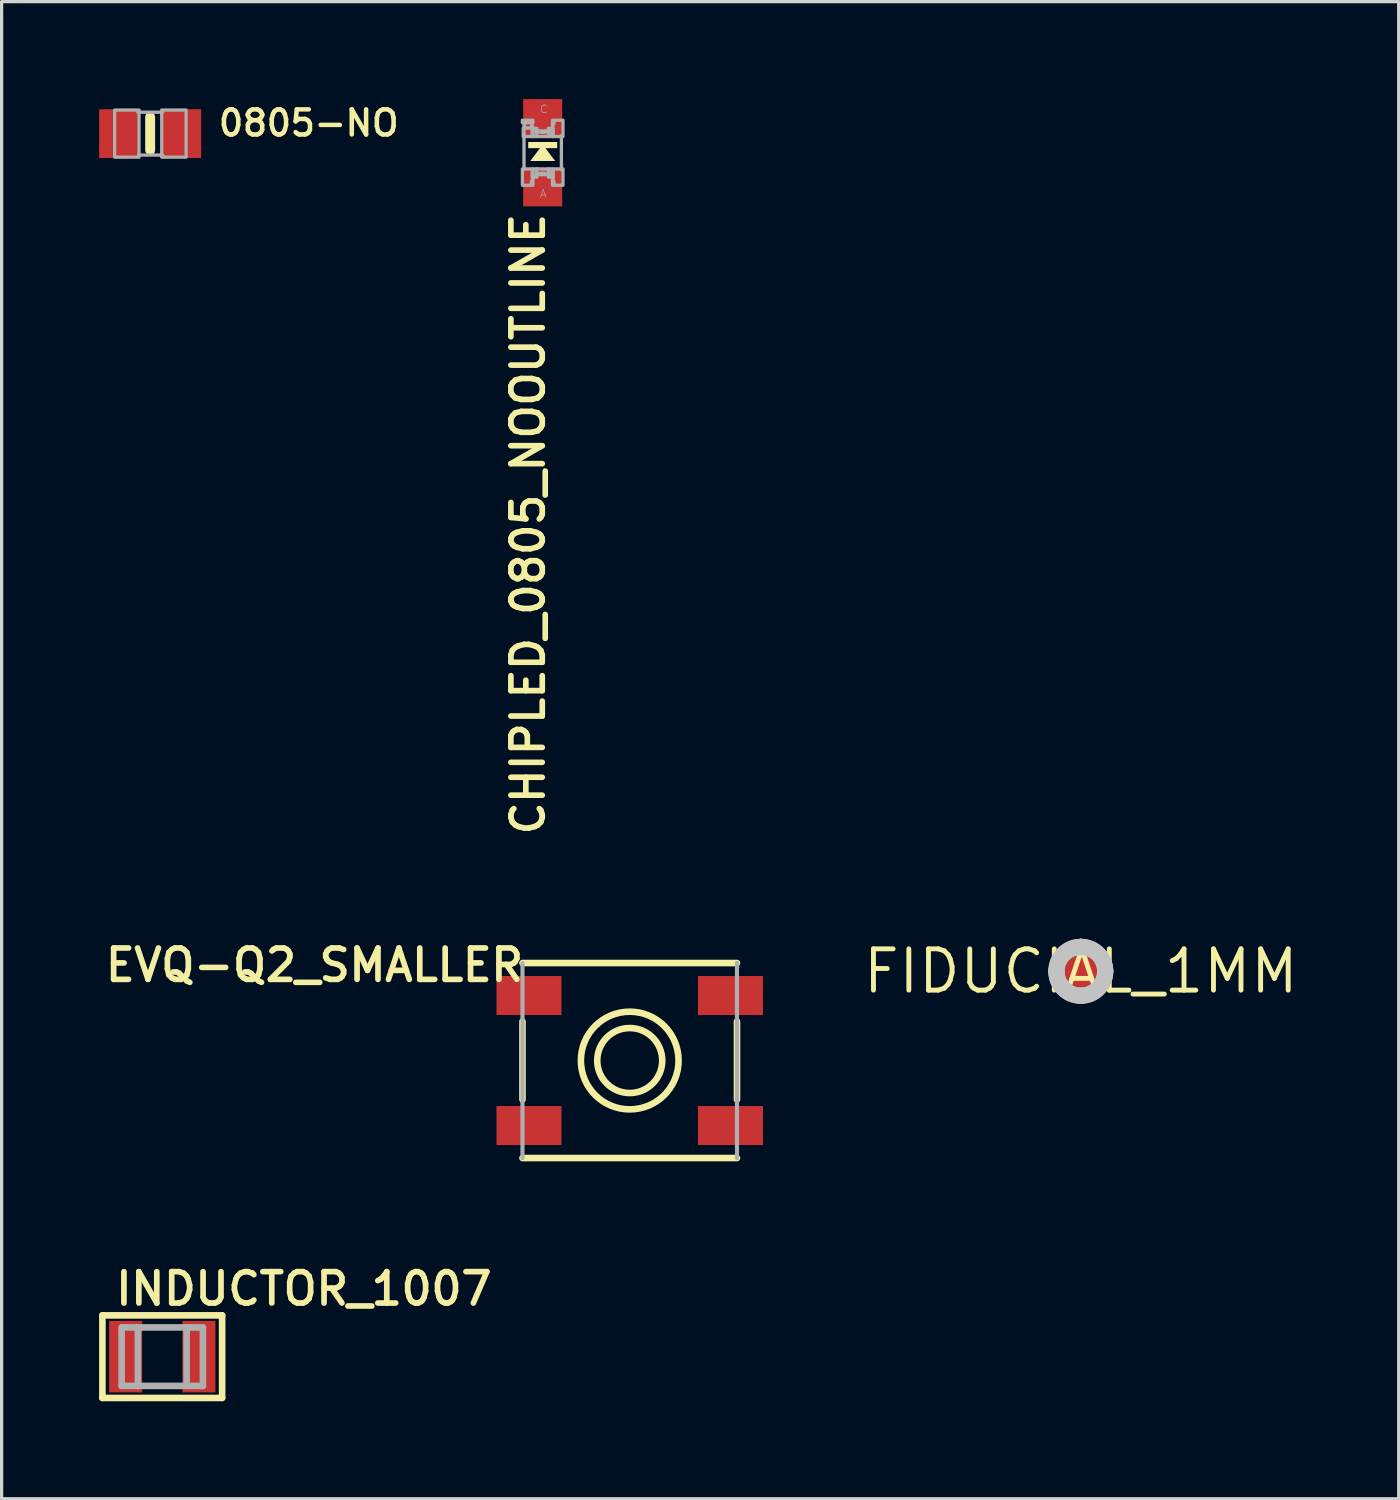
<source format=kicad_pcb>
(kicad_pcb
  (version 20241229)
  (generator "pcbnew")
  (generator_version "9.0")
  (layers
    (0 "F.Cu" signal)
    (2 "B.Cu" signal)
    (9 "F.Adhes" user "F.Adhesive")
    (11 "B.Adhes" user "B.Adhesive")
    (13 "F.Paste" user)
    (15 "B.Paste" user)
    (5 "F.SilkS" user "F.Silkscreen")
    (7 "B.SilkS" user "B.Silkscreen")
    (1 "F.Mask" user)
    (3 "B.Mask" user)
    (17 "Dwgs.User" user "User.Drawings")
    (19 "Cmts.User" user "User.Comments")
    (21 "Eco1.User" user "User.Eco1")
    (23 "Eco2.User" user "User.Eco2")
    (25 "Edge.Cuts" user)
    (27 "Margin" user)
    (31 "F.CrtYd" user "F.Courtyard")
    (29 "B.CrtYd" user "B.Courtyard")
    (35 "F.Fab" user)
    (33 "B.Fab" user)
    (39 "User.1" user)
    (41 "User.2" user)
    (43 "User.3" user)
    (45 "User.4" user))
  (footprint "FIDUCIAL_1MM"
    (layer "F.Cu")
    (at 30.207 26.837)
    (property "Reference" "FIDUCIAL_1MM" (at 0 0 0) (layer "F.SilkS") (effects (font (size 1.27 1.27) (thickness 0.15))))
    (attr through_hole)
    (fp_arc (start -0.75 0) (mid -0.53033 -0.53033) (end 0 -0.75) (stroke (width 0.5) (type solid)) (layer "F.Mask"))
    (fp_arc (start 0 -0.75) (mid 0.53033 -0.53033) (end 0.75 0) (stroke (width 0.5) (type solid)) (layer "F.Mask"))
    (fp_arc (start 0 0.75) (mid -0.53033 0.53033) (end -0.75 0) (stroke (width 0.5) (type solid)) (layer "F.Mask"))
    (fp_arc (start 0.75 0) (mid 0.53033 0.53033) (end 0 0.75) (stroke (width 0.5) (type solid)) (layer "F.Mask"))
    (fp_arc (start -0.75 0) (mid -0.53033 -0.53033) (end 0 -0.75) (stroke (width 0.5) (type solid)) (layer "Dwgs.User"))
    (fp_arc (start -0.75 0) (mid -0.53033 -0.53033) (end 0 -0.75) (stroke (width 0.5) (type solid)) (layer "Dwgs.User"))
    (fp_arc (start 0 -0.75) (mid 0.53033 -0.53033) (end 0.75 0) (stroke (width 0.5) (type solid)) (layer "Dwgs.User"))
    (fp_arc (start 0 -0.75) (mid 0.53033 -0.53033) (end 0.75 0) (stroke (width 0.5) (type solid)) (layer "Dwgs.User"))
    (fp_arc (start 0 0.75) (mid -0.53033 0.53033) (end -0.75 0) (stroke (width 0.5) (type solid)) (layer "Dwgs.User"))
    (fp_arc (start 0 0.75) (mid -0.53033 0.53033) (end -0.75 0) (stroke (width 0.5) (type solid)) (layer "Dwgs.User"))
    (fp_arc (start 0.75 0) (mid 0.53033 0.53033) (end 0 0.75) (stroke (width 0.5) (type solid)) (layer "Dwgs.User"))
    (fp_arc (start 0.75 0) (mid 0.53033 0.53033) (end 0 0.75) (stroke (width 0.5) (type solid)) (layer "Dwgs.User"))
    (pad "1" smd roundrect (at 0 0) (size 1 1) (layers "F.Cu" "F.Mask") (roundrect_rratio 0.5)))
  (footprint "CHIPLED_0805_NOOUTLINE"
    (layer "F.Cu")
    (at 13.649 1.65)
    (property "Reference" "CHIPLED_0805_NOOUTLINE" (at -1.016 1.778 270) (layer "F.SilkS") (effects (font (size 0.965 0.965) (thickness 0.174)) (justify right top)))
    (attr through_hole)
    (fp_poly (pts (xy 0 -0.254) (xy -0.381 0.254) (xy 0.381 0.254)) (stroke (width 0) (type solid)) (fill yes) (layer "F.SilkS"))
    (fp_poly (pts (xy -0.445 -0.141) (xy 0.445 -0.141) (xy 0.445 -0.331) (xy -0.445 -0.331)) (stroke (width 0) (type solid)) (fill yes) (layer "F.SilkS"))
    (fp_line (start -0.575 0.5) (end -0.575 -0.925) (stroke (width 0.102) (type solid)) (layer "F.Fab"))
    (fp_line (start 0.575 -0.525) (end 0.575 0.525) (stroke (width 0.102) (type solid)) (layer "F.Fab"))
    (fp_arc (start -0.35 0.925) (mid -0.000001 0.625027) (end 0.35 0.924998) (stroke (width 0.1016) (type solid)) (layer "F.Fab"))
    (fp_arc (start 0.35 -0.924998) (mid -0.000001 -0.625027) (end -0.35 -0.925) (stroke (width 0.1016) (type solid)) (layer "F.Fab"))
    (fp_circle (center -0.45 -0.85) (end -0.347 -0.85) (stroke (width 0.076) (type solid)) (fill no) (layer "F.Fab"))
    (fp_poly (pts (xy -0.625 -0.925) (xy -0.3 -0.925) (xy -0.3 -1) (xy -0.625 -1)) (stroke (width 0.1) (type solid)) (fill no) (layer "F.Fab"))
    (fp_poly (pts (xy -0.625 1) (xy -0.3 1) (xy -0.3 0.5) (xy -0.625 0.5)) (stroke (width 0.1) (type solid)) (fill no) (layer "F.Fab"))
    (fp_poly (pts (xy -0.6 -0.5) (xy -0.3 -0.5) (xy -0.3 -0.762) (xy -0.6 -0.762)) (stroke (width 0.1) (type solid)) (fill no) (layer "F.Fab"))
    (fp_poly (pts (xy -0.325 -0.5) (xy -0.175 -0.5) (xy -0.175 -0.75) (xy -0.325 -0.75)) (stroke (width 0.1) (type solid)) (fill no) (layer "F.Fab"))
    (fp_poly (pts (xy -0.325 0.75) (xy -0.175 0.75) (xy -0.175 0.5) (xy -0.325 0.5)) (stroke (width 0.1) (type solid)) (fill no) (layer "F.Fab"))
    (fp_poly (pts (xy -0.2 -0.5) (xy 0.2 -0.5) (xy 0.2 -0.675) (xy -0.2 -0.675)) (stroke (width 0.1) (type solid)) (fill no) (layer "F.Fab"))
    (fp_poly (pts (xy -0.2 0.675) (xy 0.2 0.675) (xy 0.2 0.5) (xy -0.2 0.5)) (stroke (width 0.1) (type solid)) (fill no) (layer "F.Fab"))
    (fp_poly (pts (xy 0.175 -0.5) (xy 0.325 -0.5) (xy 0.325 -0.75) (xy 0.175 -0.75)) (stroke (width 0.1) (type solid)) (fill no) (layer "F.Fab"))
    (fp_poly (pts (xy 0.175 0.75) (xy 0.325 0.75) (xy 0.325 0.5) (xy 0.175 0.5)) (stroke (width 0.1) (type solid)) (fill no) (layer "F.Fab"))
    (fp_poly (pts (xy 0.3 -0.5) (xy 0.625 -0.5) (xy 0.625 -1) (xy 0.3 -1)) (stroke (width 0.1) (type solid)) (fill no) (layer "F.Fab"))
    (fp_poly (pts (xy 0.3 1) (xy 0.625 1) (xy 0.625 0.5) (xy 0.3 0.5)) (stroke (width 0.1) (type solid)) (fill no) (layer "F.Fab"))
    (fp_text user "A" (at -0.1 1.4 0) (layer "F.Fab") (effects (font (size 0.241 0.241) (thickness 0.02)) (justify left bottom)))
    (fp_text user "C" (at -0.1 -1.2 0) (layer "F.Fab") (effects (font (size 0.241 0.241) (thickness 0.02)) (justify left bottom)))
    (pad "A" smd rect (at 0 1.05) (size 1.2 1.2) (layers "F.Cu" "F.Mask" "F.Paste"))
    (pad "C" smd rect (at 0 -1.05) (size 1.2 1.2) (layers "F.Cu" "F.Mask" "F.Paste")))
  (footprint "EVQ-Q2_SMALLER"
    (layer "F.Cu")
    (at 16.327 29.583)
    (property "Reference" "EVQ-Q2_SMALLER" (at -3.175 -3.5 180) (layer "F.SilkS") (effects (font (size 0.965 0.965) (thickness 0.174)) (justify right top)))
    (attr through_hole)
    (fp_line (start -3.3 -3) (end 3.3 -3) (stroke (width 0.203) (type solid)) (layer "F.SilkS"))
    (fp_line (start -3.3 1.2) (end -3.3 -1.2) (stroke (width 0.203) (type solid)) (layer "F.SilkS"))
    (fp_line (start 3.3 -1.2) (end 3.3 1.2) (stroke (width 0.203) (type solid)) (layer "F.SilkS"))
    (fp_line (start 3.3 3) (end -3.3 3) (stroke (width 0.203) (type solid)) (layer "F.SilkS"))
    (fp_circle (center 0 0) (end 1 0) (stroke (width 0.203) (type solid)) (fill no) (layer "F.SilkS"))
    (fp_circle (center 0 0) (end 1.503 0) (stroke (width 0.203) (type solid)) (fill no) (layer "F.SilkS"))
    (fp_line (start -3.3 3) (end -3.3 -3) (stroke (width 0.127) (type solid)) (layer "F.Fab"))
    (fp_line (start 3.3 -3) (end 3.3 3) (stroke (width 0.127) (type solid)) (layer "F.Fab"))
    (pad "A" smd rect (at -3.1 2) (size 2 1.2) (layers "F.Cu" "F.Mask" "F.Paste"))
    (pad "A'" smd rect (at 3.1 2) (size 2 1.2) (layers "F.Cu" "F.Mask" "F.Paste"))
    (pad "B" smd rect (at -3.1 -2) (size 2 1.2) (layers "F.Cu" "F.Mask" "F.Paste"))
    (pad "B'" smd rect (at 3.1 -2) (size 2 1.2) (layers "F.Cu" "F.Mask" "F.Paste")))
  (footprint "0805-NO"
    (layer "F.Cu")
    (at 1.57 1.062)
    (property "Reference" "0805-NO" (at 2.032 0.127 0) (layer "F.SilkS") (effects (font (size 0.772 0.772) (thickness 0.139)) (justify left bottom)))
    (attr through_hole)
    (fp_line (start 0 -0.508) (end 0 0.508) (stroke (width 0.305) (type solid)) (layer "F.SilkS"))
    (fp_line (start -0.381 -0.66) (end 0.381 -0.66) (stroke (width 0.102) (type solid)) (layer "F.Fab"))
    (fp_line (start -0.356 0.66) (end 0.381 0.66) (stroke (width 0.102) (type solid)) (layer "F.Fab"))
    (fp_poly (pts (xy -1.092 0.724) (xy -0.342 0.724) (xy -0.342 -0.726) (xy -1.092 -0.726)) (stroke (width 0.1) (type solid)) (fill no) (layer "F.Fab"))
    (fp_poly (pts (xy 0.356 0.724) (xy 1.106 0.724) (xy 1.106 -0.726) (xy 0.356 -0.726)) (stroke (width 0.1) (type solid)) (fill no) (layer "F.Fab"))
    (pad "1" smd rect (at -0.95 0) (size 1.24 1.5) (layers "F.Cu" "F.Mask" "F.Paste"))
    (pad "2" smd rect (at 0.95 0) (size 1.24 1.5) (layers "F.Cu" "F.Mask" "F.Paste")))
  (footprint "INDUCTOR_1007"
    (layer "F.Cu")
    (at 1.943 38.695)
    (property "Reference" "INDUCTOR_1007" (at -1.524 -1.524 180) (layer "F.SilkS") (effects (font (size 0.965 0.965) (thickness 0.174)) (justify left bottom)))
    (attr through_hole)
    (fp_line (start -1.842 -1.27) (end 1.842 -1.27) (stroke (width 0.203) (type solid)) (layer "F.SilkS"))
    (fp_line (start -1.842 1.27) (end -1.842 -1.27) (stroke (width 0.203) (type solid)) (layer "F.SilkS"))
    (fp_line (start 1.842 -1.27) (end 1.842 1.27) (stroke (width 0.203) (type solid)) (layer "F.SilkS"))
    (fp_line (start 1.842 1.27) (end -1.842 1.27) (stroke (width 0.203) (type solid)) (layer "F.SilkS"))
    (fp_line (start -1.25 -0.9) (end -0.75 -0.9) (stroke (width 0.203) (type solid)) (layer "F.Fab"))
    (fp_line (start -1.25 0.9) (end -1.25 -0.9) (stroke (width 0.203) (type solid)) (layer "F.Fab"))
    (fp_line (start -1.25 0.9) (end -0.75 0.9) (stroke (width 0.203) (type solid)) (layer "F.Fab"))
    (fp_line (start -0.75 -0.9) (end 0.75 -0.9) (stroke (width 0.203) (type solid)) (layer "F.Fab"))
    (fp_line (start -0.75 0.9) (end -0.75 -0.9) (stroke (width 0.203) (type solid)) (layer "F.Fab"))
    (fp_line (start -0.75 0.9) (end 0.75 0.9) (stroke (width 0.203) (type solid)) (layer "F.Fab"))
    (fp_line (start 0.75 -0.9) (end 1.25 -0.9) (stroke (width 0.203) (type solid)) (layer "F.Fab"))
    (fp_line (start 0.75 0.9) (end 0.75 -0.9) (stroke (width 0.203) (type solid)) (layer "F.Fab"))
    (fp_line (start 0.75 0.9) (end 1.25 0.9) (stroke (width 0.203) (type solid)) (layer "F.Fab"))
    (fp_line (start 1.25 0.9) (end 1.25 -0.9) (stroke (width 0.203) (type solid)) (layer "F.Fab"))
    (pad "P$1" smd rect (at -1.127 0) (size 1.016 2.2) (layers "F.Cu" "F.Mask" "F.Paste"))
    (pad "P$2" smd rect (at 1.127 0) (size 1.016 2.2) (layers "F.Cu" "F.Mask" "F.Paste")))
  (gr_rect
    (start -3 -3)
    (end 39.988 43.067)
    (stroke (width 0.1) (type default))
    (fill no)
    (layer "Edge.Cuts")))
</source>
